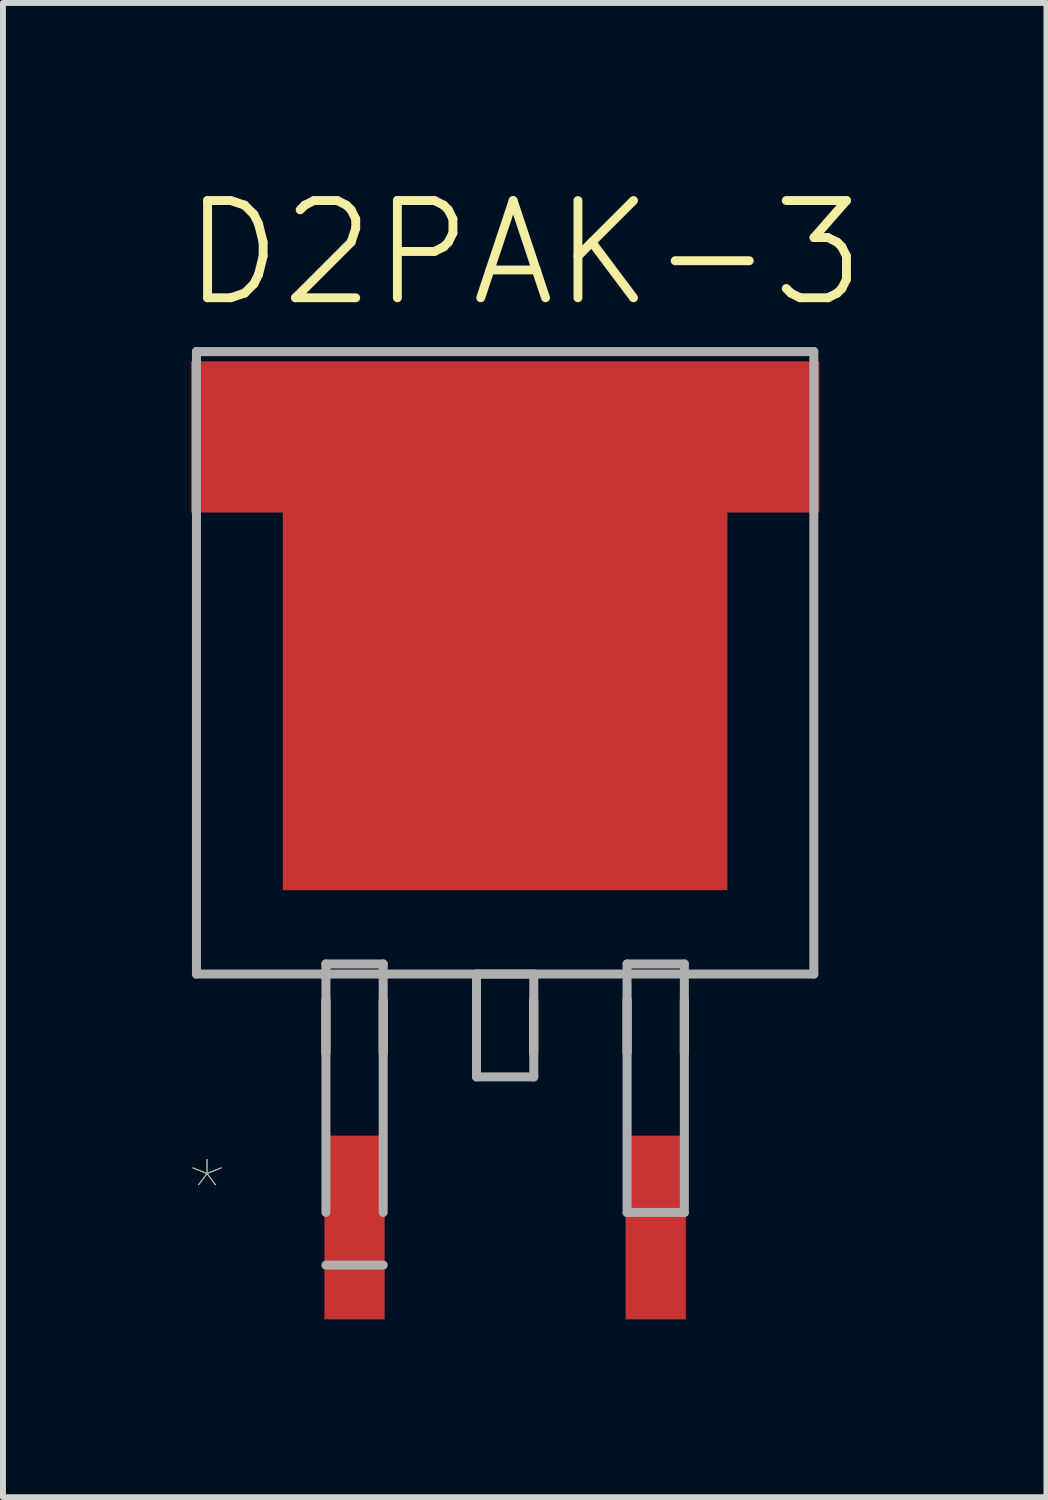
<source format=kicad_pcb>
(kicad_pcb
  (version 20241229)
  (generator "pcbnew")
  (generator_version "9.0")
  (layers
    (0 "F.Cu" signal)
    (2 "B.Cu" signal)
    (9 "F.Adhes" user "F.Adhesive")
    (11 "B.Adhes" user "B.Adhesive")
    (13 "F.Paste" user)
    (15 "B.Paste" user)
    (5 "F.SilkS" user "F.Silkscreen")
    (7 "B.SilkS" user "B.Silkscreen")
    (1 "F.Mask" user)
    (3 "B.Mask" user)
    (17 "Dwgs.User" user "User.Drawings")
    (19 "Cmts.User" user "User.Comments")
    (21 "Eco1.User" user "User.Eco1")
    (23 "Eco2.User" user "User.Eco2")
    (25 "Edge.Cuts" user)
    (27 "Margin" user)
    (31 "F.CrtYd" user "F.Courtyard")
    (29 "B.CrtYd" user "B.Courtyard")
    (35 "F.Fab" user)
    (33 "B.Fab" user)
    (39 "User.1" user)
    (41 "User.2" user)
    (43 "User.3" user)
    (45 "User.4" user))
  (footprint "D2PAK-3"
    (layer "F.Cu")
    (at 5.471 8.131)
    (property "Reference" "D2PAK-3" (at 0.33 -6.909 0) (layer "F.SilkS") (effects (font (size 1.64 1.64) (thickness 0.15))))
    (attr through_hole)
    (fp_line (start -3.023 5.69) (end -3.023 6.579) (stroke (width 0.152) (type solid)) (layer "F.SilkS"))
    (fp_line (start -2.057 5.69) (end -2.057 6.579) (stroke (width 0.152) (type solid)) (layer "F.SilkS"))
    (fp_line (start -0.483 5.69) (end -0.483 6.579) (stroke (width 0.152) (type solid)) (layer "F.SilkS"))
    (fp_line (start 0.483 5.69) (end 0.483 6.579) (stroke (width 0.152) (type solid)) (layer "F.SilkS"))
    (fp_line (start 2.057 5.69) (end 2.057 6.579) (stroke (width 0.152) (type solid)) (layer "F.SilkS"))
    (fp_line (start 3.023 5.69) (end 3.023 6.579) (stroke (width 0.152) (type solid)) (layer "F.SilkS"))
    (fp_line (start -5.207 -5.25) (end -5.207 5.25) (stroke (width 0.152) (type solid)) (layer "F.Fab"))
    (fp_line (start -5.207 5.25) (end 5.207 5.25) (stroke (width 0.152) (type solid)) (layer "F.Fab"))
    (fp_line (start -3.023 5.08) (end -3.023 9.271) (stroke (width 0.152) (type solid)) (layer "F.Fab"))
    (fp_line (start -3.023 10.16) (end -2.057 10.16) (stroke (width 0.152) (type solid)) (layer "F.Fab"))
    (fp_line (start -2.057 5.08) (end -3.023 5.08) (stroke (width 0.152) (type solid)) (layer "F.Fab"))
    (fp_line (start -2.057 9.271) (end -2.057 5.08) (stroke (width 0.152) (type solid)) (layer "F.Fab"))
    (fp_line (start -0.483 5.25) (end -0.483 6.985) (stroke (width 0.152) (type solid)) (layer "F.Fab"))
    (fp_line (start -0.483 6.985) (end 0.483 6.985) (stroke (width 0.152) (type solid)) (layer "F.Fab"))
    (fp_line (start 0.483 5.25) (end -0.483 5.25) (stroke (width 0.152) (type solid)) (layer "F.Fab"))
    (fp_line (start 0.483 6.985) (end 0.483 5.25) (stroke (width 0.152) (type solid)) (layer "F.Fab"))
    (fp_line (start 2.057 5.08) (end 2.057 9.271) (stroke (width 0.152) (type solid)) (layer "F.Fab"))
    (fp_line (start 2.057 9.271) (end 3.023 9.271) (stroke (width 0.152) (type solid)) (layer "F.Fab"))
    (fp_line (start 3.023 5.08) (end 2.057 5.08) (stroke (width 0.152) (type solid)) (layer "F.Fab"))
    (fp_line (start 3.023 9.271) (end 3.023 5.08) (stroke (width 0.152) (type solid)) (layer "F.Fab"))
    (fp_line (start 5.207 -5.25) (end -5.207 -5.25) (stroke (width 0.152) (type solid)) (layer "F.Fab"))
    (fp_line (start 5.207 5.25) (end 5.207 -5.25) (stroke (width 0.152) (type solid)) (layer "F.Fab"))
    (fp_text user "*" (at -5.029 8.915 0) (layer "F.SilkS") (effects (font (size 1 1) (thickness 0.015))))
    (fp_text user "*" (at -5.029 8.915 0) (layer "F.Fab") (effects (font (size 1 1) (thickness 0.015))))
    (pad "1" smd rect (at -2.54 9.525) (size 1.016 3.1) (layers "F.Cu" "F.Mask" "F.Paste"))
    (pad "2" smd rect (at 0 -3.81) (size 10.6 2.55) (layers "F.Cu" "F.Mask" "F.Paste"))
    (pad "2" smd rect (at 0 0.635) (size 7.5 6.4) (layers "F.Cu" "F.Mask" "F.Paste"))
    (pad "3" smd rect (at 2.54 9.525) (size 1.016 3.1) (layers "F.Cu" "F.Mask" "F.Paste")))
  (gr_rect
    (start -3 -3)
    (end 14.602 22.206)
    (stroke (width 0.1) (type default))
    (fill no)
    (layer "Edge.Cuts")))
</source>
